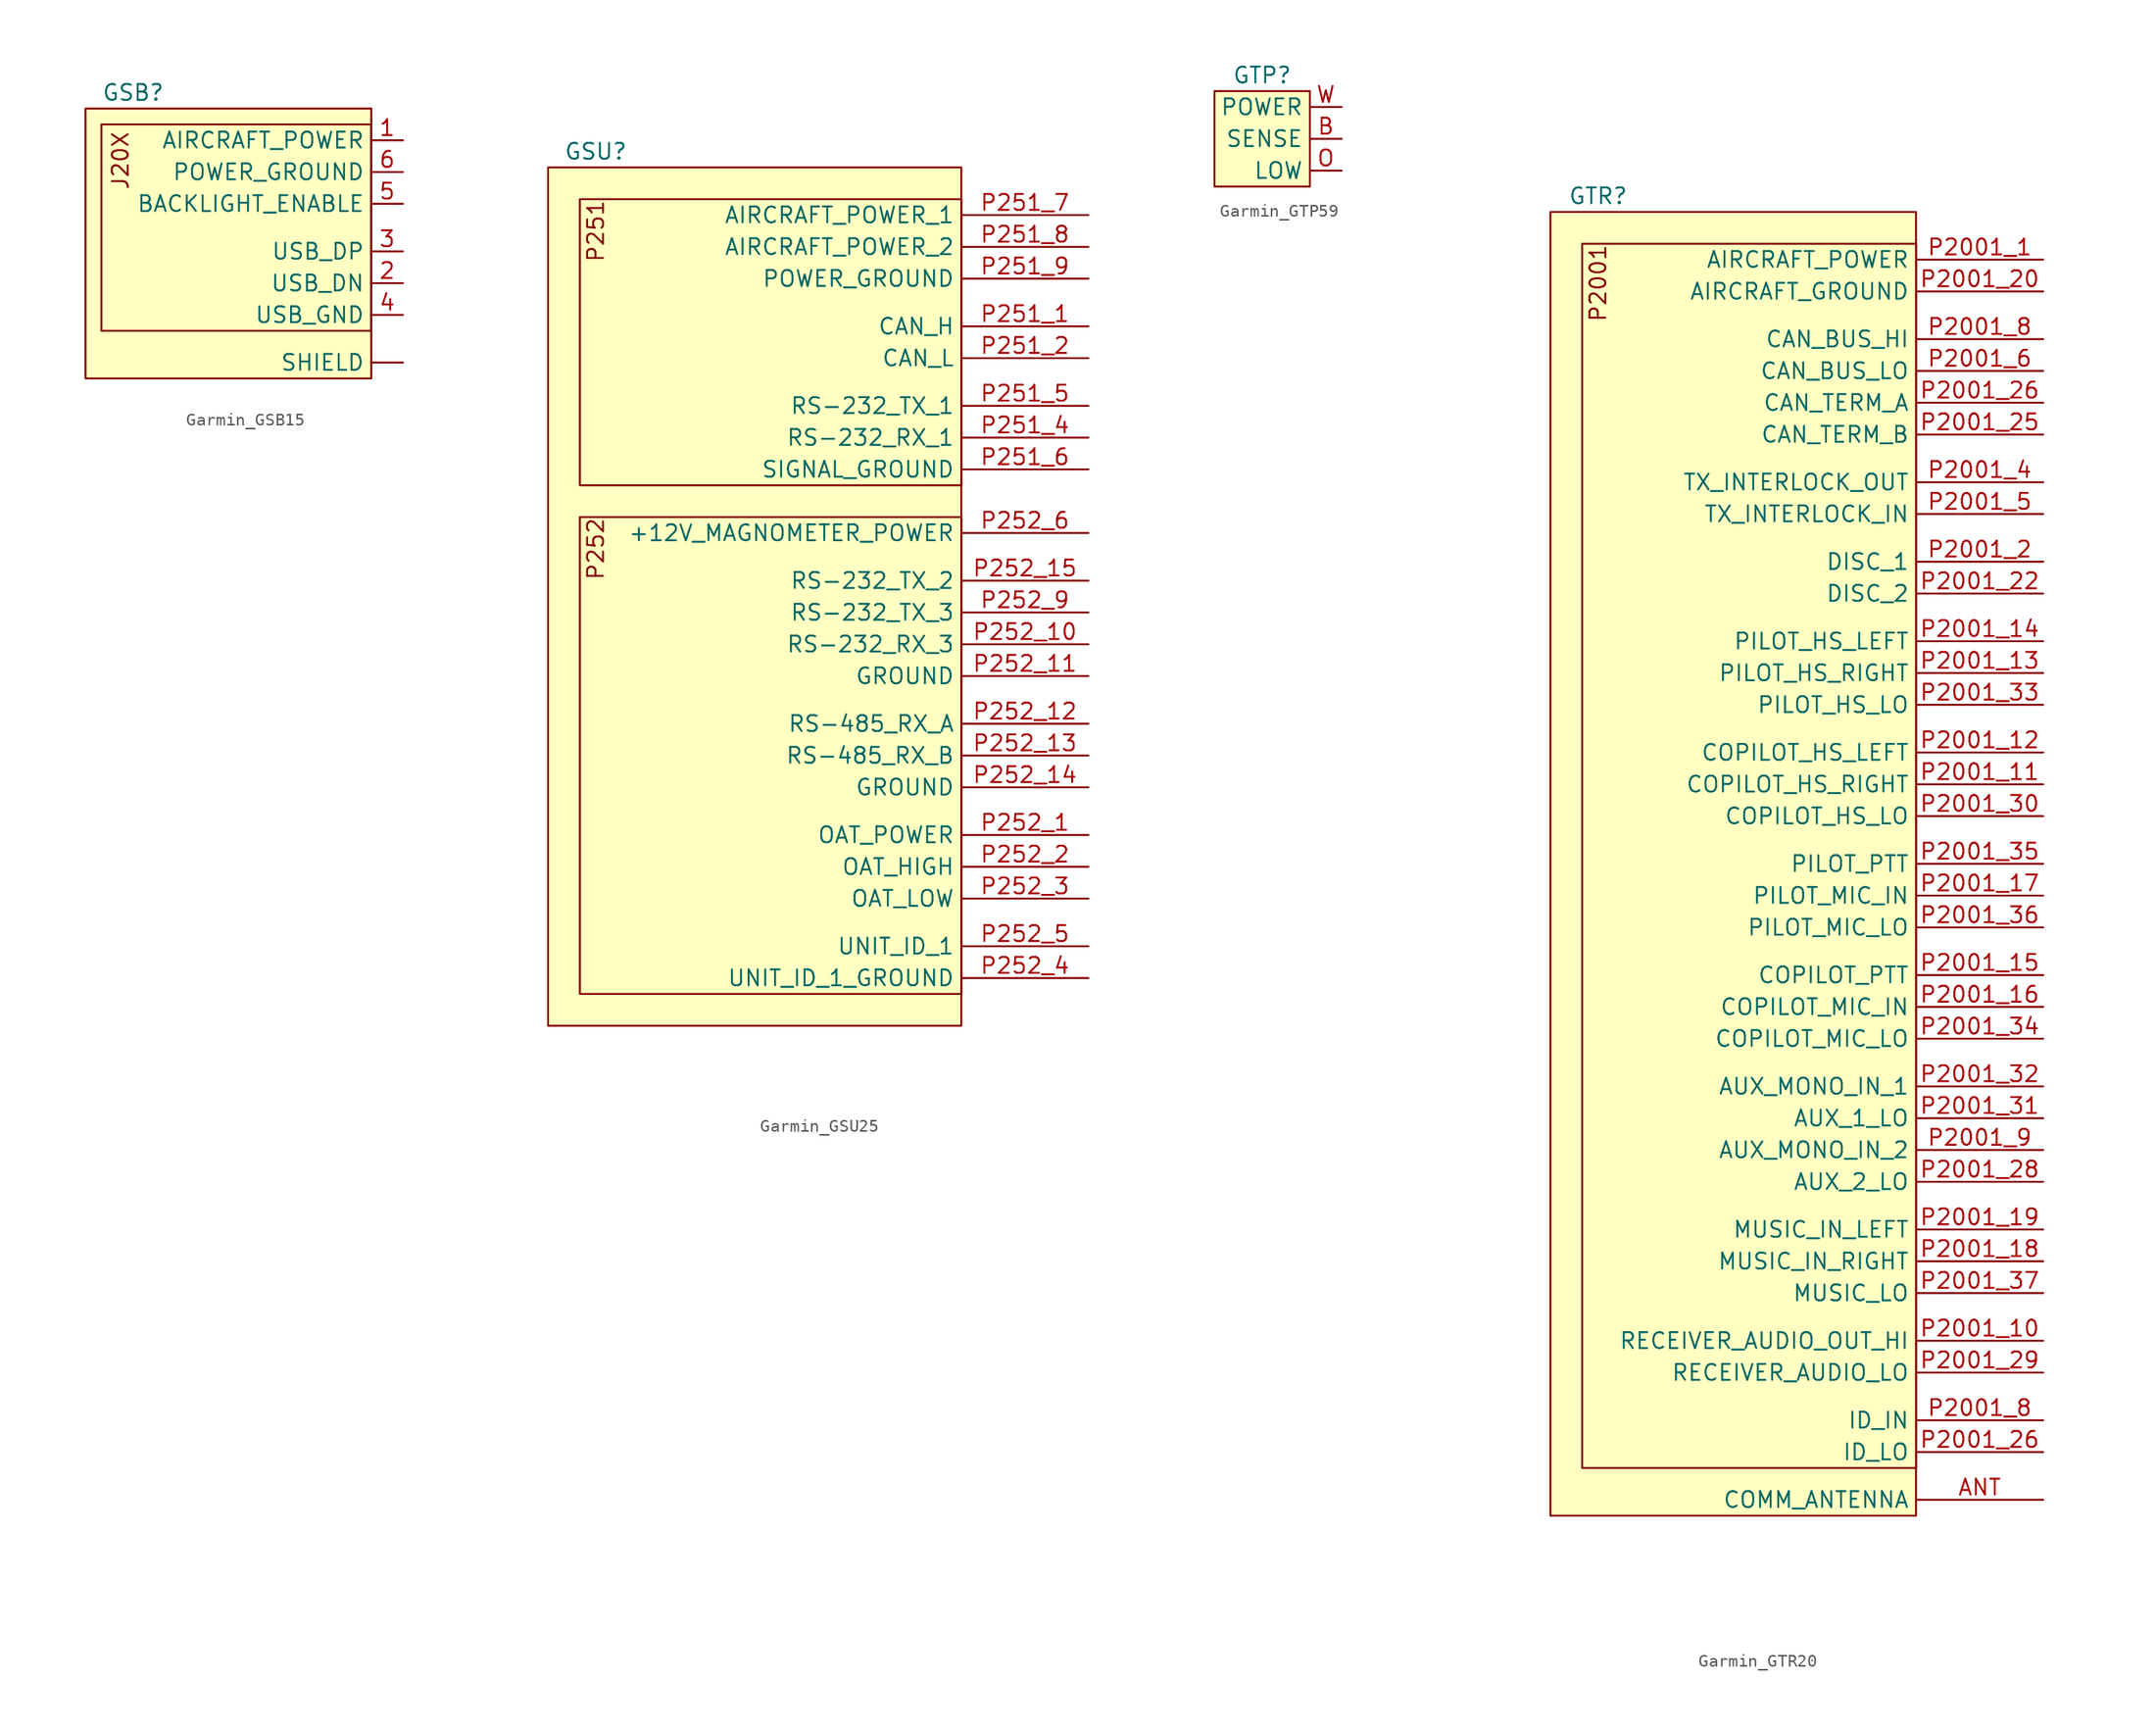
<source format=kicad_sym>
(kicad_symbol_lib
  (version 20241209)
  (generator "kicad_symbol_editor")
  (generator_version "9.0")
  (symbol "Garmin_GSB15"
    (property "Reference" "GSB"
      (at 3.81 1.27 0)
      (effects (font (size 1.27 1.27))))
    (property "Value" ""
      (at 0 0 0)
      (effects (font (size 1.27 1.27))))
    (symbol "Garmin_GSB15_1_1"
      (rectangle (start 0 0) (end 22.86 -21.59) (stroke (width 0) (type default)) (fill (type background)))
      (rectangle (start 1.27 -1.27) (end 22.86 -17.78) (stroke (width 0) (type default)) (fill (type background)))
      (text "J20X" (at 2.794 -1.778 900) (effects (font (size 1.27 1.27)) (justify right)))
      (pin power_in line (at 25.4 -2.54 180) (length 2.54) (name "AIRCRAFT_POWER" (effects (font (size 1.27 1.27)))) (number "1" (effects (font (size 1.27 1.27)))))
      (pin passive line (at 25.4 -5.08 180) (length 2.54) (name "POWER_GROUND" (effects (font (size 1.27 1.27)))) (number "6" (effects (font (size 1.27 1.27)))))
      (pin input line (at 25.4 -7.62 180) (length 2.54) (name "BACKLIGHT_ENABLE" (effects (font (size 1.27 1.27)))) (number "5" (effects (font (size 1.27 1.27)))))
      (pin bidirectional line (at 25.4 -11.43 180) (length 2.54) (name "USB_DP" (effects (font (size 1.27 1.27)))) (number "3" (effects (font (size 1.27 1.27)))))
      (pin bidirectional line (at 25.4 -13.97 180) (length 2.54) (name "USB_DN" (effects (font (size 1.27 1.27)))) (number "2" (effects (font (size 1.27 1.27)))))
      (pin passive line (at 25.4 -16.51 180) (length 2.54) (name "USB_GND" (effects (font (size 1.27 1.27)))) (number "4" (effects (font (size 1.27 1.27)))))
      (pin passive line (at 25.4 -20.32 180) (length 2.54) (name "SHIELD" (effects (font (size 1.27 1.27)))) (number "" (effects (font (size 1.27 1.27)))))))
  (symbol "Garmin_GSU25"
    (property "Reference" "GSU"
      (at 3.81 1.27 0)
      (effects (font (size 1.27 1.27))))
    (property "Value" ""
      (at 0 0 0)
      (effects (font (size 1.27 1.27))))
    (symbol "Garmin_GSU25_1_1"
      (rectangle (start 0 0) (end 33.02 -68.58) (stroke (width 0) (type default)) (fill (type background)))
      (rectangle (start 2.54 -2.54) (end 33.02 -25.4) (stroke (width 0) (type default)) (fill (type background)))
      (rectangle (start 2.54 -27.94) (end 33.02 -66.04) (stroke (width 0) (type default)) (fill (type background)))
      (text "P251" (at 3.81 -2.54 900) (effects (font (size 1.27 1.27)) (justify right)))
      (text "P252" (at 3.81 -27.94 900) (effects (font (size 1.27 1.27)) (justify right)))
      (pin power_in line (at 43.18 -3.81 180) (length 10.16) (name "AIRCRAFT_POWER_1" (effects (font (size 1.27 1.27)))) (number "P251_7" (effects (font (size 1.27 1.27)))))
      (pin power_in line (at 43.18 -6.35 180) (length 10.16) (name "AIRCRAFT_POWER_2" (effects (font (size 1.27 1.27)))) (number "P251_8" (effects (font (size 1.27 1.27)))))
      (pin passive line (at 43.18 -8.89 180) (length 10.16) (name "POWER_GROUND" (effects (font (size 1.27 1.27)))) (number "P251_9" (effects (font (size 1.27 1.27)))))
      (pin bidirectional line (at 43.18 -12.7 180) (length 10.16) (name "CAN_H" (effects (font (size 1.27 1.27)))) (number "P251_1" (effects (font (size 1.27 1.27)))))
      (pin bidirectional line (at 43.18 -15.24 180) (length 10.16) (name "CAN_L" (effects (font (size 1.27 1.27)))) (number "P251_2" (effects (font (size 1.27 1.27)))))
      (pin output line (at 43.18 -19.05 180) (length 10.16) (name "RS-232_TX_1" (effects (font (size 1.27 1.27)))) (number "P251_5" (effects (font (size 1.27 1.27)))))
      (pin input line (at 43.18 -21.59 180) (length 10.16) (name "RS-232_RX_1" (effects (font (size 1.27 1.27)))) (number "P251_4" (effects (font (size 1.27 1.27)))))
      (pin passive line (at 43.18 -24.13 180) (length 10.16) (name "SIGNAL_GROUND" (effects (font (size 1.27 1.27)))) (number "P251_6" (effects (font (size 1.27 1.27)))))
      (pin power_out line (at 43.18 -29.21 180) (length 10.16) (name "+12V_MAGNOMETER_POWER" (effects (font (size 1.27 1.27)))) (number "P252_6" (effects (font (size 1.27 1.27)))))
      (pin output line (at 43.18 -33.02 180) (length 10.16) (name "RS-232_TX_2" (effects (font (size 1.27 1.27)))) (number "P252_15" (effects (font (size 1.27 1.27)))))
      (pin output line (at 43.18 -35.56 180) (length 10.16) (name "RS-232_TX_3" (effects (font (size 1.27 1.27)))) (number "P252_9" (effects (font (size 1.27 1.27)))))
      (pin input line (at 43.18 -38.1 180) (length 10.16) (name "RS-232_RX_3" (effects (font (size 1.27 1.27)))) (number "P252_10" (effects (font (size 1.27 1.27)))))
      (pin passive line (at 43.18 -40.64 180) (length 10.16) (name "GROUND" (effects (font (size 1.27 1.27)))) (number "P252_11" (effects (font (size 1.27 1.27)))))
      (pin input line (at 43.18 -44.45 180) (length 10.16) (name "RS-485_RX_A" (effects (font (size 1.27 1.27)))) (number "P252_12" (effects (font (size 1.27 1.27)))))
      (pin input line (at 43.18 -46.99 180) (length 10.16) (name "RS-485_RX_B" (effects (font (size 1.27 1.27)))) (number "P252_13" (effects (font (size 1.27 1.27)))))
      (pin passive line (at 43.18 -49.53 180) (length 10.16) (name "GROUND" (effects (font (size 1.27 1.27)))) (number "P252_14" (effects (font (size 1.27 1.27)))))
      (pin power_out line (at 43.18 -53.34 180) (length 10.16) (name "OAT_POWER" (effects (font (size 1.27 1.27)))) (number "P252_1" (effects (font (size 1.27 1.27)))))
      (pin input line (at 43.18 -55.88 180) (length 10.16) (name "OAT_HIGH" (effects (font (size 1.27 1.27)))) (number "P252_2" (effects (font (size 1.27 1.27)))))
      (pin passive line (at 43.18 -58.42 180) (length 10.16) (name "OAT_LOW" (effects (font (size 1.27 1.27)))) (number "P252_3" (effects (font (size 1.27 1.27)))))
      (pin bidirectional line (at 43.18 -62.23 180) (length 10.16) (name "UNIT_ID_1" (effects (font (size 1.27 1.27)))) (number "P252_5" (effects (font (size 1.27 1.27)))))
      (pin passive line (at 43.18 -64.77 180) (length 10.16) (name "UNIT_ID_1_GROUND" (effects (font (size 1.27 1.27)))) (number "P252_4" (effects (font (size 1.27 1.27)))))))
  (symbol "Garmin_GTP59"
    (property "Reference" "GTP"
      (at 3.81 1.27 0)
      (effects (font (size 1.27 1.27))))
    (property "Value" ""
      (at 0 0 0)
      (effects (font (size 1.27 1.27))))
    (symbol "Garmin_GTP59_1_1"
      (rectangle (start 0 0) (end 7.62 -7.62) (stroke (width 0) (type default)) (fill (type background)))
      (pin power_in line (at 10.16 -1.27 180) (length 2.54) (name "POWER" (effects (font (size 1.27 1.27)))) (number "W" (effects (font (size 1.27 1.27)))))
      (pin output line (at 10.16 -3.81 180) (length 2.54) (name "SENSE" (effects (font (size 1.27 1.27)))) (number "B" (effects (font (size 1.27 1.27)))))
      (pin passive line (at 10.16 -6.35 180) (length 2.54) (name "LOW" (effects (font (size 1.27 1.27)))) (number "O" (effects (font (size 1.27 1.27)))))))
  (symbol "Garmin_GTR20"
    (property "Reference" "GTR"
      (at 3.81 1.27 0)
      (effects (font (size 1.27 1.27))))
    (property "Value" ""
      (at -6.35 0 0)
      (effects (font (size 1.27 1.27))))
    (symbol "Garmin_GTR20_1_1"
      (rectangle (start 0 0) (end 29.21 -104.14) (stroke (width 0) (type default)) (fill (type background)))
      (rectangle (start 2.54 -2.54) (end 29.21 -100.33) (stroke (width 0) (type default)) (fill (type background)))
      (text "P2001" (at 3.81 -2.54 900) (effects (font (size 1.27 1.27)) (justify right)))
      (pin power_in line (at 39.37 -3.81 180) (length 10.16) (name "AIRCRAFT_POWER" (effects (font (size 1.27 1.27)))) (number "P2001_1" (effects (font (size 1.27 1.27)))))
      (pin passive line (at 39.37 -6.35 180) (length 10.16) (name "AIRCRAFT_GROUND" (effects (font (size 1.27 1.27)))) (number "P2001_20" (effects (font (size 1.27 1.27)))))
      (pin bidirectional line (at 39.37 -10.16 180) (length 10.16) (name "CAN_BUS_HI" (effects (font (size 1.27 1.27)))) (number "P2001_8" (effects (font (size 1.27 1.27)))))
      (pin bidirectional line (at 39.37 -12.7 180) (length 10.16) (name "CAN_BUS_LO" (effects (font (size 1.27 1.27)))) (number "P2001_6" (effects (font (size 1.27 1.27)))))
      (pin bidirectional line (at 39.37 -15.24 180) (length 10.16) (name "CAN_TERM_A" (effects (font (size 1.27 1.27)))) (number "P2001_26" (effects (font (size 1.27 1.27)))))
      (pin bidirectional line (at 39.37 -17.78 180) (length 10.16) (name "CAN_TERM_B" (effects (font (size 1.27 1.27)))) (number "P2001_25" (effects (font (size 1.27 1.27)))))
      (pin output line (at 39.37 -21.59 180) (length 10.16) (name "TX_INTERLOCK_OUT" (effects (font (size 1.27 1.27)))) (number "P2001_4" (effects (font (size 1.27 1.27)))))
      (pin input line (at 39.37 -24.13 180) (length 10.16) (name "TX_INTERLOCK_IN" (effects (font (size 1.27 1.27)))) (number "P2001_5" (effects (font (size 1.27 1.27)))))
      (pin input line (at 39.37 -27.94 180) (length 10.16) (name "DISC_1" (effects (font (size 1.27 1.27)))) (number "P2001_2" (effects (font (size 1.27 1.27)))))
      (pin input line (at 39.37 -30.48 180) (length 10.16) (name "DISC_2" (effects (font (size 1.27 1.27)))) (number "P2001_22" (effects (font (size 1.27 1.27)))))
      (pin output line (at 39.37 -34.29 180) (length 10.16) (name "PILOT_HS_LEFT" (effects (font (size 1.27 1.27)))) (number "P2001_14" (effects (font (size 1.27 1.27)))))
      (pin output line (at 39.37 -36.83 180) (length 10.16) (name "PILOT_HS_RIGHT" (effects (font (size 1.27 1.27)))) (number "P2001_13" (effects (font (size 1.27 1.27)))))
      (pin passive line (at 39.37 -39.37 180) (length 10.16) (name "PILOT_HS_LO" (effects (font (size 1.27 1.27)))) (number "P2001_33" (effects (font (size 1.27 1.27)))))
      (pin output line (at 39.37 -43.18 180) (length 10.16) (name "COPILOT_HS_LEFT" (effects (font (size 1.27 1.27)))) (number "P2001_12" (effects (font (size 1.27 1.27)))))
      (pin output line (at 39.37 -45.72 180) (length 10.16) (name "COPILOT_HS_RIGHT" (effects (font (size 1.27 1.27)))) (number "P2001_11" (effects (font (size 1.27 1.27)))))
      (pin passive line (at 39.37 -48.26 180) (length 10.16) (name "COPILOT_HS_LO" (effects (font (size 1.27 1.27)))) (number "P2001_30" (effects (font (size 1.27 1.27)))))
      (pin input line (at 39.37 -52.07 180) (length 10.16) (name "PILOT_PTT" (effects (font (size 1.27 1.27)))) (number "P2001_35" (effects (font (size 1.27 1.27)))))
      (pin input line (at 39.37 -54.61 180) (length 10.16) (name "PILOT_MIC_IN" (effects (font (size 1.27 1.27)))) (number "P2001_17" (effects (font (size 1.27 1.27)))))
      (pin passive line (at 39.37 -57.15 180) (length 10.16) (name "PILOT_MIC_LO" (effects (font (size 1.27 1.27)))) (number "P2001_36" (effects (font (size 1.27 1.27)))))
      (pin input line (at 39.37 -60.96 180) (length 10.16) (name "COPILOT_PTT" (effects (font (size 1.27 1.27)))) (number "P2001_15" (effects (font (size 1.27 1.27)))))
      (pin input line (at 39.37 -63.5 180) (length 10.16) (name "COPILOT_MIC_IN" (effects (font (size 1.27 1.27)))) (number "P2001_16" (effects (font (size 1.27 1.27)))))
      (pin passive line (at 39.37 -66.04 180) (length 10.16) (name "COPILOT_MIC_LO" (effects (font (size 1.27 1.27)))) (number "P2001_34" (effects (font (size 1.27 1.27)))))
      (pin input line (at 39.37 -69.85 180) (length 10.16) (name "AUX_MONO_IN_1" (effects (font (size 1.27 1.27)))) (number "P2001_32" (effects (font (size 1.27 1.27)))))
      (pin passive line (at 39.37 -72.39 180) (length 10.16) (name "AUX_1_LO" (effects (font (size 1.27 1.27)))) (number "P2001_31" (effects (font (size 1.27 1.27)))))
      (pin input line (at 39.37 -74.93 180) (length 10.16) (name "AUX_MONO_IN_2" (effects (font (size 1.27 1.27)))) (number "P2001_9" (effects (font (size 1.27 1.27)))))
      (pin passive line (at 39.37 -77.47 180) (length 10.16) (name "AUX_2_LO" (effects (font (size 1.27 1.27)))) (number "P2001_28" (effects (font (size 1.27 1.27)))))
      (pin input line (at 39.37 -81.28 180) (length 10.16) (name "MUSIC_IN_LEFT" (effects (font (size 1.27 1.27)))) (number "P2001_19" (effects (font (size 1.27 1.27)))))
      (pin input line (at 39.37 -83.82 180) (length 10.16) (name "MUSIC_IN_RIGHT" (effects (font (size 1.27 1.27)))) (number "P2001_18" (effects (font (size 1.27 1.27)))))
      (pin passive line (at 39.37 -86.36 180) (length 10.16) (name "MUSIC_LO" (effects (font (size 1.27 1.27)))) (number "P2001_37" (effects (font (size 1.27 1.27)))))
      (pin output line (at 39.37 -90.17 180) (length 10.16) (name "RECEIVER_AUDIO_OUT_HI" (effects (font (size 1.27 1.27)))) (number "P2001_10" (effects (font (size 1.27 1.27)))))
      (pin passive line (at 39.37 -92.71 180) (length 10.16) (name "RECEIVER_AUDIO_LO" (effects (font (size 1.27 1.27)))) (number "P2001_29" (effects (font (size 1.27 1.27)))))
      (pin bidirectional line (at 39.37 -96.52 180) (length 10.16) (name "ID_IN" (effects (font (size 1.27 1.27)))) (number "P2001_8" (effects (font (size 1.27 1.27)))))
      (pin passive line (at 39.37 -99.06 180) (length 10.16) (name "ID_LO" (effects (font (size 1.27 1.27)))) (number "P2001_26" (effects (font (size 1.27 1.27)))))
      (pin input line (at 39.37 -102.87 180) (length 10.16) (name "COMM_ANTENNA" (effects (font (size 1.27 1.27)))) (number "ANT" (effects (font (size 1.27 1.27))))))))
</source>
